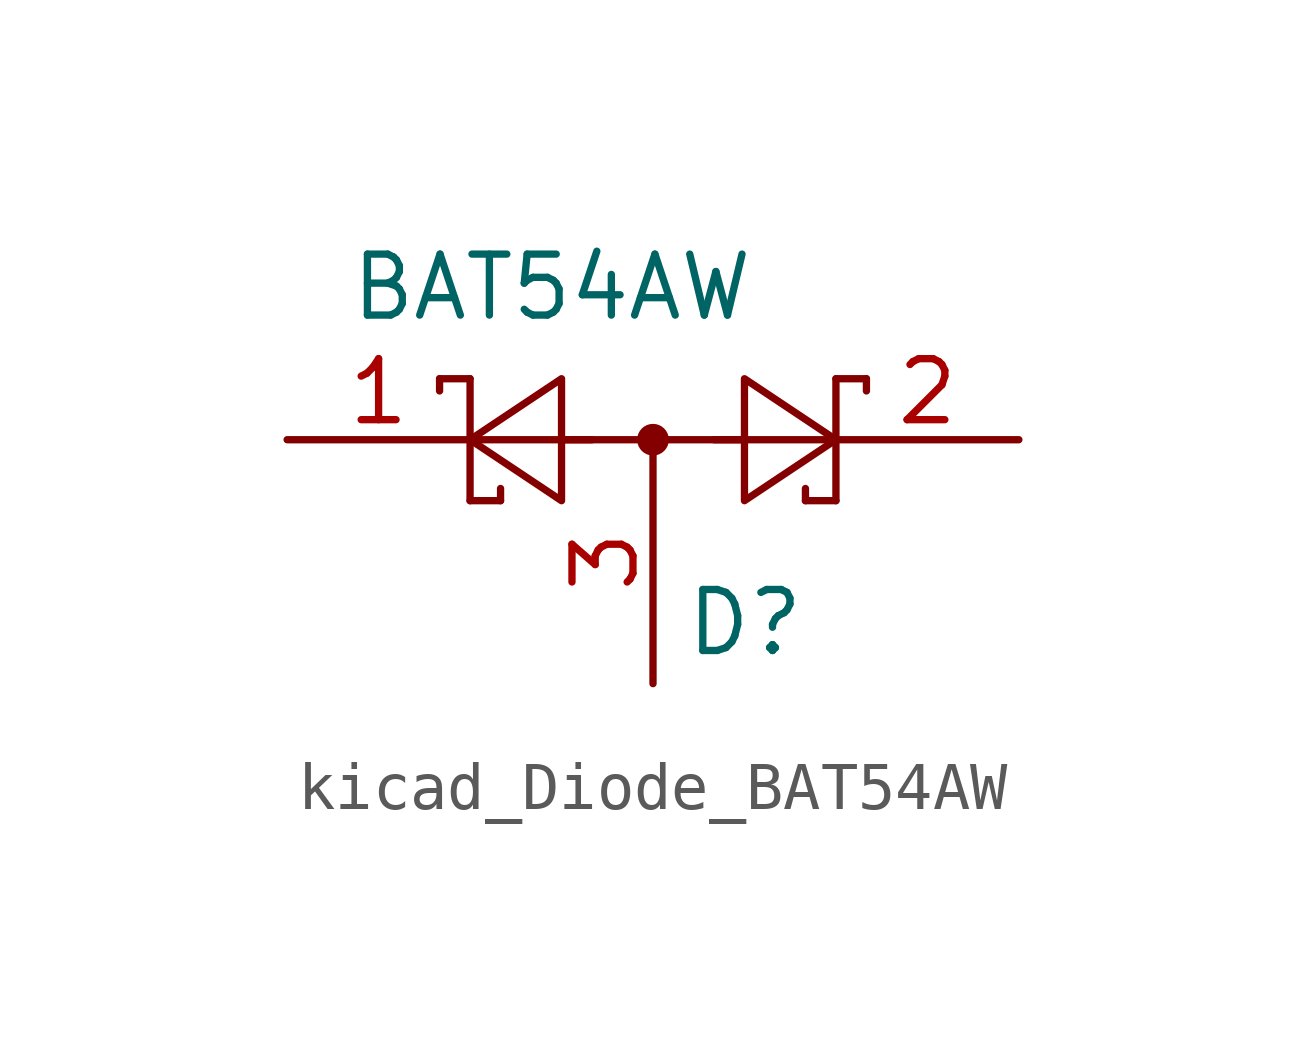
<source format=kicad_sym>
(kicad_symbol_lib
  (version 20220914)
  (generator kicad_symbol_editor)
  (symbol "kicad_Diode_BAT54AW"
    (pin_names
      (offset 1.016))
    (property "Reference" "D"
      (at 0.635 -3.81 0)
      (effects (font (size 1.27 1.27)) (justify left)))
    (property "Value" "BAT54AW"
      (at -6.35 3.175 0)
      (effects (font (size 1.27 1.27)) (justify left)))
    (symbol "kicad_Diode_BAT54AW_0_1"
      (polyline (pts (xy -4.445 1.27) (xy -4.445 1.016)) (stroke (width 0) (type default)) (fill (type none)))
      (polyline (pts (xy -3.81 -1.27) (xy -3.81 1.27)) (stroke (width 0) (type default)) (fill (type none)))
      (polyline (pts (xy -3.81 -1.27) (xy -3.175 -1.27)) (stroke (width 0) (type default)) (fill (type none)))
      (polyline (pts (xy -3.81 0) (xy -1.27 0)) (stroke (width 0) (type default)) (fill (type none)))
      (polyline (pts (xy -3.81 1.27) (xy -4.445 1.27)) (stroke (width 0) (type default)) (fill (type none)))
      (polyline (pts (xy -3.175 -1.27) (xy -3.175 -1.016)) (stroke (width 0) (type default)) (fill (type none)))
      (polyline (pts (xy -1.905 0) (xy 1.905 0)) (stroke (width 0) (type default)) (fill (type none)))
      (polyline (pts (xy 1.27 0) (xy 3.81 0)) (stroke (width 0) (type default)) (fill (type none)))
      (polyline (pts (xy 3.175 -1.27) (xy 3.175 -1.016)) (stroke (width 0) (type default)) (fill (type none)))
      (polyline (pts (xy 3.81 -1.27) (xy 3.175 -1.27)) (stroke (width 0) (type default)) (fill (type none)))
      (polyline (pts (xy 3.81 -1.27) (xy 3.81 1.27)) (stroke (width 0) (type default)) (fill (type none)))
      (polyline (pts (xy 3.81 1.27) (xy 4.445 1.27)) (stroke (width 0) (type default)) (fill (type none)))
      (polyline (pts (xy 4.445 1.27) (xy 4.445 1.016)) (stroke (width 0) (type default)) (fill (type none)))
      (polyline (pts (xy -1.905 1.27) (xy -1.905 -1.27) (xy -3.81 0) (xy -1.905 1.27)) (stroke (width 0) (type default)) (fill (type none)))
      (polyline (pts (xy 1.905 1.27) (xy 1.905 -1.27) (xy 3.81 0) (xy 1.905 1.27)) (stroke (width 0) (type default)) (fill (type none)))
      (circle (center 0 0) (radius 0.254) (stroke (width 0) (type default)) (fill (type outline))))
    (symbol "kicad_Diode_BAT54AW_1_1"
      (pin passive line (at -7.62 0 0) (length 3.81) (name "~" (effects (font (size 1.27 1.27)))) (number "1" (effects (font (size 1.27 1.27)))))
      (pin passive line (at 7.62 0 180) (length 3.81) (name "~" (effects (font (size 1.27 1.27)))) (number "2" (effects (font (size 1.27 1.27)))))
      (pin passive line (at 0 -5.08 90) (length 5.08) (name "~" (effects (font (size 1.27 1.27)))) (number "3" (effects (font (size 1.27 1.27))))))))
</source>
